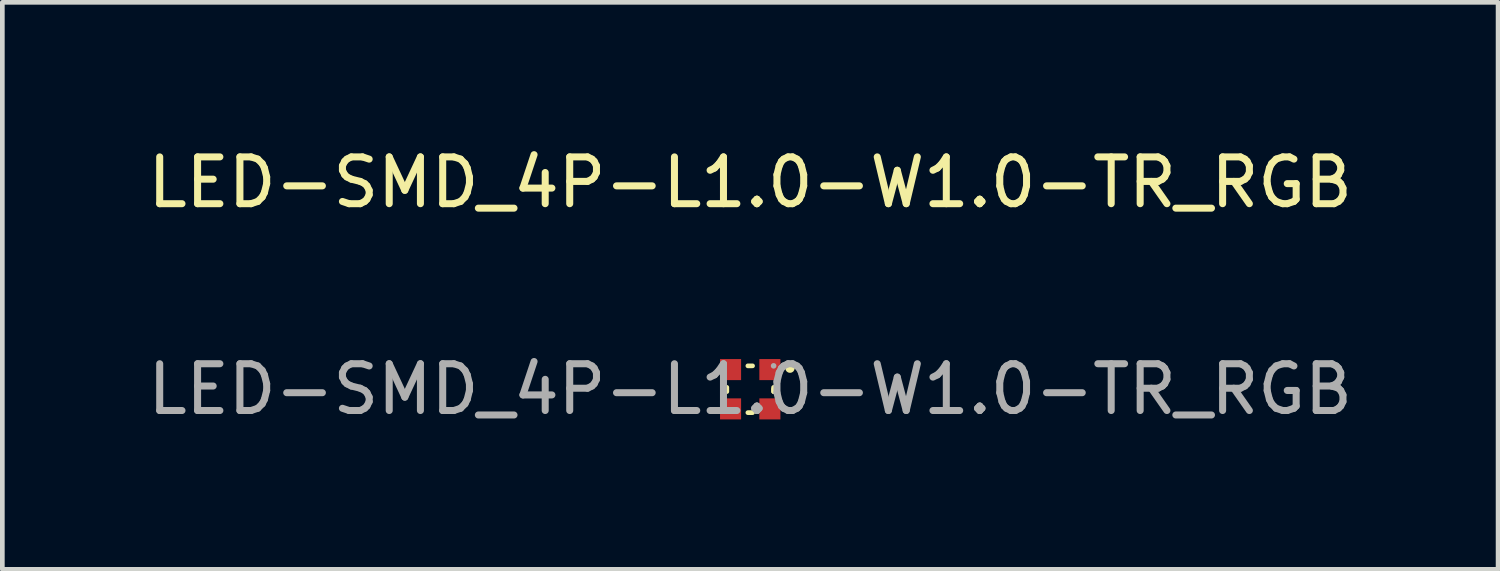
<source format=kicad_pcb>
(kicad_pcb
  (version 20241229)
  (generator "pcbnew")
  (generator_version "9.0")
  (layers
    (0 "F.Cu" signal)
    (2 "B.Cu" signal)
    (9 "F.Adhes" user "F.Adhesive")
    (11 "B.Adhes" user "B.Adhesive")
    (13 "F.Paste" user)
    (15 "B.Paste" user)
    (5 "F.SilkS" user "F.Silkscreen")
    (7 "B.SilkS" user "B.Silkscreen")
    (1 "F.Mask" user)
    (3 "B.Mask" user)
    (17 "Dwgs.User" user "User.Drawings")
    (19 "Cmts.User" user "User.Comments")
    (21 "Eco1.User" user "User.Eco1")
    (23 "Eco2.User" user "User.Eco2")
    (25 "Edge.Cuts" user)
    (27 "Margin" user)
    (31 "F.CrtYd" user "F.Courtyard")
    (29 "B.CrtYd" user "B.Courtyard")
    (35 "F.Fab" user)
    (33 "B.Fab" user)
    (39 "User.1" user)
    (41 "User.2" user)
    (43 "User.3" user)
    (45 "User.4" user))
  (footprint "LED-SMD_4P-L1.0-W1.0-TR_RGB"
    (layer "F.Cu")
    (at 12.982 5.268)
    (property "Reference" "LED-SMD_4P-L1.0-W1.0-TR_RGB" (at 0 -4.42 0) (layer "F.SilkS") (effects (font (size 1 1) (thickness 0.15))))
    (attr smd)
    (fp_line (start -0.5 0.05) (end -0.5 -0.04) (stroke (width 0.1) (type solid)) (layer "F.SilkS"))
    (fp_line (start -0.05 -0.5) (end 0.05 -0.5) (stroke (width 0.1) (type solid)) (layer "F.SilkS"))
    (fp_line (start 0.05 0.5) (end -0.05 0.5) (stroke (width 0.1) (type solid)) (layer "F.SilkS"))
    (fp_line (start 0.5 0) (end 0.5 0.05) (stroke (width 0.1) (type solid)) (layer "F.SilkS"))
    (fp_line (start 0.5 0.05) (end 0.5 -0.04) (stroke (width 0.1) (type solid)) (layer "F.SilkS"))
    (fp_circle (center 0.85 -0.45) (end 0.9 -0.45) (stroke (width 0.1) (type solid)) (fill no) (layer "F.SilkS"))
    (fp_circle (center 0.5 -0.5) (end 0.53 -0.5) (stroke (width 0.06) (type solid)) (fill no) (layer "F.Fab"))
    (fp_text user "${REFERENCE}" (at 0 0 0) (layer "F.Fab") (effects (font (size 1 1) (thickness 0.15))))
    (pad "1" smd rect (at 0.42 -0.42 180) (size 0.45 0.45) (layers "F.Cu" "F.Mask" "F.Paste"))
    (pad "2" smd rect (at 0.42 0.42 180) (size 0.45 0.45) (layers "F.Cu" "F.Mask" "F.Paste"))
    (pad "3" smd rect (at -0.42 0.42 180) (size 0.45 0.45) (layers "F.Cu" "F.Mask" "F.Paste"))
    (pad "4" smd rect (at -0.42 -0.42 180) (size 0.45 0.45) (layers "F.Cu" "F.Mask" "F.Paste")))
  (gr_rect
    (start -3 -3)
    (end 28.964 9.117)
    (stroke (width 0.1) (type default))
    (fill no)
    (layer "Edge.Cuts")))
</source>
